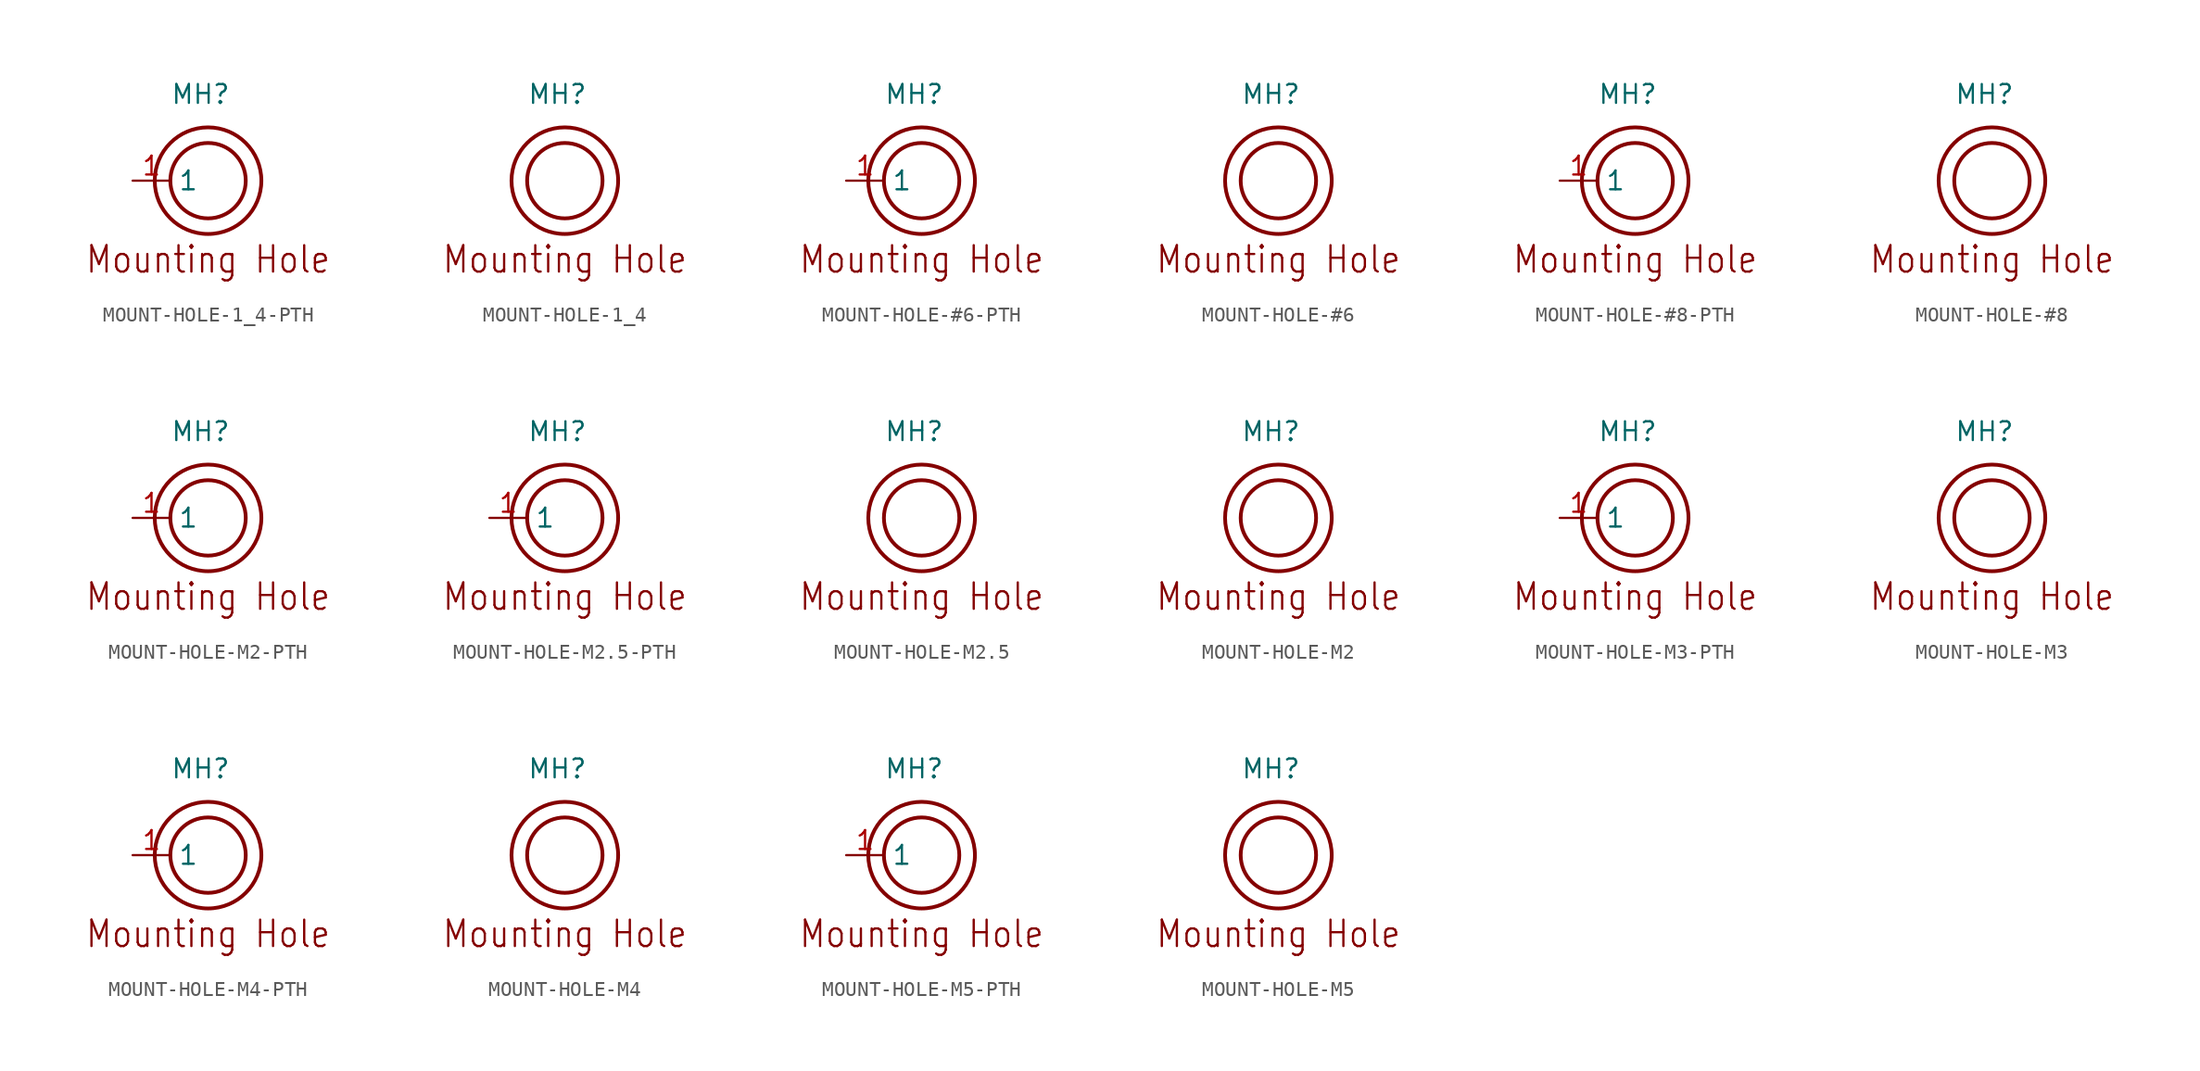
<source format=kicad_sym>
(kicad_symbol_lib
  (version 20211014)
  (generator kicad_symbol_editor)
  (symbol "MOUNT-HOLE-1_4-PTH"
    (pin_names)
    (property "Reference" "MH"
      (at -2.54 5.08 0)
      (effects (font (size 1.27 1.27)) (justify left bottom)))
    (property "Datasheet" ""
      (at 0 0 0))
    (property "ki_description" "Mount Hole  - 1/4 PTH   Technical Specifications:    Hole Diameter: 0.266\"   Screw Head Clearance: 0.375\"     "
      (at 0 0 0))
    (property "ki_fp_filters" "FlashPCB_Hardware:MOUNT-HOLE-1_4-PTH FlashPCB_Hardware:MOUNT-HOLE-1_4-PTH-NO-SILK"
      (at 0 0 0))
    (symbol "MOUNT-HOLE-1_4-PTH_1_1"
      (text "Mounting Hole" (at 0 -6.35 0) (effects (font (size 1.778 1.52)) (justify bottom)))
      (circle (center 0 0) (radius 2.54) (stroke (width 0.254) (type default) (color 0 0 0 0)) (fill (type none)))
      (circle (center 0 0) (radius 3.592) (stroke (width 0.254) (type default) (color 0 0 0 0)) (fill (type none)))
      (pin bidirectional line (at -5.08 0 0) (length 2.54) (name "1" (effects (font (size 1.27 1.27)))) (number "1" (effects (font (size 1.27 1.27)))))))
  (symbol "MOUNT-HOLE-1_4"
    (property "Reference" "MH"
      (at -2.54 5.08 0)
      (effects (font (size 1.27 1.27)) (justify left bottom)))
    (property "Datasheet" ""
      (at 0 0 0))
    (property "ki_description" "Mount Hole  - 1/4   Technical Specifications:    Hole Diameter: 0.266\"   Screw Head Clearance: 0.375\"     "
      (at 0 0 0))
    (property "ki_fp_filters" "FlashPCB_Hardware:MOUNT-HOLE-1_4 FlashPCB_Hardware:MOUNT-HOLE-1_4-NO-SILK"
      (at 0 0 0))
    (symbol "MOUNT-HOLE-1_4_1_1"
      (text "Mounting Hole" (at 0 -6.35 0) (effects (font (size 1.778 1.52)) (justify bottom)))
      (circle (center 0 0) (radius 2.54) (stroke (width 0.254) (type default) (color 0 0 0 0)) (fill (type none)))
      (circle (center 0 0) (radius 3.592) (stroke (width 0.254) (type default) (color 0 0 0 0)) (fill (type none)))))
  (symbol "MOUNT-HOLE-#6-PTH"
    (pin_names)
    (property "Reference" "MH"
      (at -2.54 5.08 0)
      (effects (font (size 1.27 1.27)) (justify left bottom)))
    (property "Datasheet" ""
      (at 0 0 0))
    (property "ki_description" "Mount Hole  - #6 PTH   Technical Specifications:    Hole Diameter: 0.1495\"   Screw Head Clearance: 0.226\"     "
      (at 0 0 0))
    (property "ki_fp_filters" "FlashPCB_Hardware:MOUNT-HOLE-#6-PTH FlashPCB_Hardware:MOUNT-HOLE-#6-PTH-NO-SILK"
      (at 0 0 0))
    (symbol "MOUNT-HOLE-#6-PTH_1_1"
      (text "Mounting Hole" (at 0 -6.35 0) (effects (font (size 1.778 1.52)) (justify bottom)))
      (circle (center 0 0) (radius 2.54) (stroke (width 0.254) (type default) (color 0 0 0 0)) (fill (type none)))
      (circle (center 0 0) (radius 3.592) (stroke (width 0.254) (type default) (color 0 0 0 0)) (fill (type none)))
      (pin bidirectional line (at -5.08 0 0) (length 2.54) (name "1" (effects (font (size 1.27 1.27)))) (number "1" (effects (font (size 1.27 1.27)))))))
  (symbol "MOUNT-HOLE-#6"
    (property "Reference" "MH"
      (at -2.54 5.08 0)
      (effects (font (size 1.27 1.27)) (justify left bottom)))
    (property "Datasheet" ""
      (at 0 0 0))
    (property "ki_description" "Mount Hole  - #6   Technical Specifications:    Hole Diameter: 0.1495\"   Screw Head Clearance: 0.226\"     "
      (at 0 0 0))
    (property "ki_fp_filters" "FlashPCB_Hardware:MOUNT-HOLE-#6 FlashPCB_Hardware:MOUNT-HOLE-#6-NO-SILK"
      (at 0 0 0))
    (symbol "MOUNT-HOLE-#6_1_1"
      (text "Mounting Hole" (at 0 -6.35 0) (effects (font (size 1.778 1.52)) (justify bottom)))
      (circle (center 0 0) (radius 2.54) (stroke (width 0.254) (type default) (color 0 0 0 0)) (fill (type none)))
      (circle (center 0 0) (radius 3.592) (stroke (width 0.254) (type default) (color 0 0 0 0)) (fill (type none)))))
  (symbol "MOUNT-HOLE-#8-PTH"
    (pin_names)
    (property "Reference" "MH"
      (at -2.54 5.08 0)
      (effects (font (size 1.27 1.27)) (justify left bottom)))
    (property "Datasheet" ""
      (at 0 0 0))
    (property "ki_description" "Mount Hole  - #8 PTH   Technical Specifications:    Hole Diameter: 0.177\"   Screw Head Clearance: 0.270\"     "
      (at 0 0 0))
    (property "ki_fp_filters" "FlashPCB_Hardware:MOUNT-HOLE-#8-PTH FlashPCB_Hardware:MOUNT-HOLE-#8-PTH-NO-SILK"
      (at 0 0 0))
    (symbol "MOUNT-HOLE-#8-PTH_1_1"
      (text "Mounting Hole" (at 0 -6.35 0) (effects (font (size 1.778 1.52)) (justify bottom)))
      (circle (center 0 0) (radius 2.54) (stroke (width 0.254) (type default) (color 0 0 0 0)) (fill (type none)))
      (circle (center 0 0) (radius 3.592) (stroke (width 0.254) (type default) (color 0 0 0 0)) (fill (type none)))
      (pin bidirectional line (at -5.08 0 0) (length 2.54) (name "1" (effects (font (size 1.27 1.27)))) (number "1" (effects (font (size 1.27 1.27)))))))
  (symbol "MOUNT-HOLE-#8"
    (property "Reference" "MH"
      (at -2.54 5.08 0)
      (effects (font (size 1.27 1.27)) (justify left bottom)))
    (property "Datasheet" ""
      (at 0 0 0))
    (property "ki_description" "Mount Hole  - #8   Technical Specifications:    Hole Diameter: 0.177\"   Screw Head Clearance: 0.270\"     "
      (at 0 0 0))
    (property "ki_fp_filters" "FlashPCB_Hardware:MOUNT-HOLE-#8 FlashPCB_Hardware:MOUNT-HOLE-#8-NO-SILK"
      (at 0 0 0))
    (symbol "MOUNT-HOLE-#8_1_1"
      (text "Mounting Hole" (at 0 -6.35 0) (effects (font (size 1.778 1.52)) (justify bottom)))
      (circle (center 0 0) (radius 2.54) (stroke (width 0.254) (type default) (color 0 0 0 0)) (fill (type none)))
      (circle (center 0 0) (radius 3.592) (stroke (width 0.254) (type default) (color 0 0 0 0)) (fill (type none)))))
  (symbol "MOUNT-HOLE-M2-PTH"
    (pin_names)
    (property "Reference" "MH"
      (at -2.54 5.08 0)
      (effects (font (size 1.27 1.27)) (justify left bottom)))
    (property "Datasheet" ""
      (at 0 0 0))
    (property "ki_description" "Mount Hole  - M2 PTH   Technical Specifications:    Hole Diameter: 2.4mm   Screw Head Clearance: 3.8mm     "
      (at 0 0 0))
    (property "ki_fp_filters" "FlashPCB_Hardware:MOUNT-HOLE-M2-PTH FlashPCB_Hardware:MOUNT-HOLE-M2-PTH-NO-SILK"
      (at 0 0 0))
    (symbol "MOUNT-HOLE-M2-PTH_1_1"
      (text "Mounting Hole" (at 0 -6.35 0) (effects (font (size 1.778 1.52)) (justify bottom)))
      (circle (center 0 0) (radius 2.54) (stroke (width 0.254) (type default) (color 0 0 0 0)) (fill (type none)))
      (circle (center 0 0) (radius 3.592) (stroke (width 0.254) (type default) (color 0 0 0 0)) (fill (type none)))
      (pin bidirectional line (at -5.08 0 0) (length 2.54) (name "1" (effects (font (size 1.27 1.27)))) (number "1" (effects (font (size 1.27 1.27)))))))
  (symbol "MOUNT-HOLE-M2.5-PTH"
    (pin_names)
    (property "Reference" "MH"
      (at -2.54 5.08 0)
      (effects (font (size 1.27 1.27)) (justify left bottom)))
    (property "Datasheet" ""
      (at 0 0 0))
    (property "ki_description" "Mount Hole  - M2.5 PTH   Technical Specifications:    Hole Diameter: 2.9mm   Screw Head Clearance: 4.5mm     "
      (at 0 0 0))
    (property "ki_fp_filters" "FlashPCB_Hardware:MOUNT-HOLE-M2.5-PTH FlashPCB_Hardware:MOUNT-HOLE-M2.5-PTH-NO-SILK"
      (at 0 0 0))
    (symbol "MOUNT-HOLE-M2.5-PTH_1_1"
      (text "Mounting Hole" (at 0 -6.35 0) (effects (font (size 1.778 1.52)) (justify bottom)))
      (circle (center 0 0) (radius 2.54) (stroke (width 0.254) (type default) (color 0 0 0 0)) (fill (type none)))
      (circle (center 0 0) (radius 3.592) (stroke (width 0.254) (type default) (color 0 0 0 0)) (fill (type none)))
      (pin bidirectional line (at -5.08 0 0) (length 2.54) (name "1" (effects (font (size 1.27 1.27)))) (number "1" (effects (font (size 1.27 1.27)))))))
  (symbol "MOUNT-HOLE-M2.5"
    (property "Reference" "MH"
      (at -2.54 5.08 0)
      (effects (font (size 1.27 1.27)) (justify left bottom)))
    (property "Datasheet" ""
      (at 0 0 0))
    (property "ki_description" "Mount Hole  - M2.5   Technical Specifications:    Hole Diameter: 2.9mm   Screw Head Clearance: 4.5mm     "
      (at 0 0 0))
    (property "ki_fp_filters" "FlashPCB_Hardware:MOUNT-HOLE-M2.5 FlashPCB_Hardware:MOUNT-HOLE-M2.5-NO-SILK"
      (at 0 0 0))
    (symbol "MOUNT-HOLE-M2.5_1_1"
      (text "Mounting Hole" (at 0 -6.35 0) (effects (font (size 1.778 1.52)) (justify bottom)))
      (circle (center 0 0) (radius 2.54) (stroke (width 0.254) (type default) (color 0 0 0 0)) (fill (type none)))
      (circle (center 0 0) (radius 3.592) (stroke (width 0.254) (type default) (color 0 0 0 0)) (fill (type none)))))
  (symbol "MOUNT-HOLE-M2"
    (property "Reference" "MH"
      (at -2.54 5.08 0)
      (effects (font (size 1.27 1.27)) (justify left bottom)))
    (property "Datasheet" ""
      (at 0 0 0))
    (property "ki_description" "Mount Hole  - M2   Technical Specifications:    Hole Diameter: 2.4mm   Screw Head Clearance: 3.8mm     "
      (at 0 0 0))
    (property "ki_fp_filters" "FlashPCB_Hardware:MOUNT-HOLE-M2 FlashPCB_Hardware:MOUNT-HOLE-M2-NO-SILK"
      (at 0 0 0))
    (symbol "MOUNT-HOLE-M2_1_1"
      (text "Mounting Hole" (at 0 -6.35 0) (effects (font (size 1.778 1.52)) (justify bottom)))
      (circle (center 0 0) (radius 2.54) (stroke (width 0.254) (type default) (color 0 0 0 0)) (fill (type none)))
      (circle (center 0 0) (radius 3.592) (stroke (width 0.254) (type default) (color 0 0 0 0)) (fill (type none)))))
  (symbol "MOUNT-HOLE-M3-PTH"
    (pin_names)
    (property "Reference" "MH"
      (at -2.54 5.08 0)
      (effects (font (size 1.27 1.27)) (justify left bottom)))
    (property "Datasheet" ""
      (at 0 0 0))
    (property "ki_description" "Mount Hole  - M3 PTH   Technical Specifications:    Hole Diameter: 3.4mm   Screw Head Clearance: 5.5mm     "
      (at 0 0 0))
    (property "ki_fp_filters" "FlashPCB_Hardware:MOUNT-HOLE-M3-PTH FlashPCB_Hardware:MOUNT-HOLE-M3-PTH-NO-SILK"
      (at 0 0 0))
    (symbol "MOUNT-HOLE-M3-PTH_1_1"
      (text "Mounting Hole" (at 0 -6.35 0) (effects (font (size 1.778 1.52)) (justify bottom)))
      (circle (center 0 0) (radius 2.54) (stroke (width 0.254) (type default) (color 0 0 0 0)) (fill (type none)))
      (circle (center 0 0) (radius 3.592) (stroke (width 0.254) (type default) (color 0 0 0 0)) (fill (type none)))
      (pin bidirectional line (at -5.08 0 0) (length 2.54) (name "1" (effects (font (size 1.27 1.27)))) (number "1" (effects (font (size 1.27 1.27)))))))
  (symbol "MOUNT-HOLE-M3"
    (property "Reference" "MH"
      (at -2.54 5.08 0)
      (effects (font (size 1.27 1.27)) (justify left bottom)))
    (property "Datasheet" ""
      (at 0 0 0))
    (property "ki_description" "Mount Hole  - M3   Technical Specifications:    Hole Diameter: 3.4mm   Screw Head Clearance: 5.5mm     "
      (at 0 0 0))
    (property "ki_fp_filters" "FlashPCB_Hardware:MOUNT-HOLE-M3 FlashPCB_Hardware:MOUNT-HOLE-M3-NO-SILK"
      (at 0 0 0))
    (symbol "MOUNT-HOLE-M3_1_1"
      (text "Mounting Hole" (at 0 -6.35 0) (effects (font (size 1.778 1.52)) (justify bottom)))
      (circle (center 0 0) (radius 2.54) (stroke (width 0.254) (type default) (color 0 0 0 0)) (fill (type none)))
      (circle (center 0 0) (radius 3.592) (stroke (width 0.254) (type default) (color 0 0 0 0)) (fill (type none)))))
  (symbol "MOUNT-HOLE-M4-PTH"
    (pin_names)
    (property "Reference" "MH"
      (at -2.54 5.08 0)
      (effects (font (size 1.27 1.27)) (justify left bottom)))
    (property "Datasheet" ""
      (at 0 0 0))
    (property "ki_description" "Mount Hole  - M4 PTH   Technical Specifications:    Hole Diameter: 4.5mm   Screw Head Clearance: 7mm     "
      (at 0 0 0))
    (property "ki_fp_filters" "FlashPCB_Hardware:MOUNT-HOLE-M4-PTH FlashPCB_Hardware:MOUNT-HOLE-M4-PTH-NO-SILK"
      (at 0 0 0))
    (symbol "MOUNT-HOLE-M4-PTH_1_1"
      (text "Mounting Hole" (at 0 -6.35 0) (effects (font (size 1.778 1.52)) (justify bottom)))
      (circle (center 0 0) (radius 2.54) (stroke (width 0.254) (type default) (color 0 0 0 0)) (fill (type none)))
      (circle (center 0 0) (radius 3.592) (stroke (width 0.254) (type default) (color 0 0 0 0)) (fill (type none)))
      (pin bidirectional line (at -5.08 0 0) (length 2.54) (name "1" (effects (font (size 1.27 1.27)))) (number "1" (effects (font (size 1.27 1.27)))))))
  (symbol "MOUNT-HOLE-M4"
    (property "Reference" "MH"
      (at -2.54 5.08 0)
      (effects (font (size 1.27 1.27)) (justify left bottom)))
    (property "Datasheet" ""
      (at 0 0 0))
    (property "ki_description" "Mount Hole  - M4   Technical Specifications:    Hole Diameter: 4.5mm   Screw Head Clearance: 7mm     "
      (at 0 0 0))
    (property "ki_fp_filters" "FlashPCB_Hardware:MOUNT-HOLE-M4 FlashPCB_Hardware:MOUNT-HOLE-M4-NO-SILK"
      (at 0 0 0))
    (symbol "MOUNT-HOLE-M4_1_1"
      (text "Mounting Hole" (at 0 -6.35 0) (effects (font (size 1.778 1.52)) (justify bottom)))
      (circle (center 0 0) (radius 2.54) (stroke (width 0.254) (type default) (color 0 0 0 0)) (fill (type none)))
      (circle (center 0 0) (radius 3.592) (stroke (width 0.254) (type default) (color 0 0 0 0)) (fill (type none)))))
  (symbol "MOUNT-HOLE-M5-PTH"
    (pin_names)
    (property "Reference" "MH"
      (at -2.54 5.08 0)
      (effects (font (size 1.27 1.27)) (justify left bottom)))
    (property "Datasheet" ""
      (at 0 0 0))
    (property "ki_description" "Mount Hole  - M5 PTH   Technical Specifications:    Hole Diameter: 5.5mm   Screw Head Clearance: 8.5mm     "
      (at 0 0 0))
    (property "ki_fp_filters" "FlashPCB_Hardware:MOUNT-HOLE-M5-PTH FlashPCB_Hardware:MOUNT-HOLE-M5-PTH-NO-SILK"
      (at 0 0 0))
    (symbol "MOUNT-HOLE-M5-PTH_1_1"
      (text "Mounting Hole" (at 0 -6.35 0) (effects (font (size 1.778 1.52)) (justify bottom)))
      (circle (center 0 0) (radius 2.54) (stroke (width 0.254) (type default) (color 0 0 0 0)) (fill (type none)))
      (circle (center 0 0) (radius 3.592) (stroke (width 0.254) (type default) (color 0 0 0 0)) (fill (type none)))
      (pin bidirectional line (at -5.08 0 0) (length 2.54) (name "1" (effects (font (size 1.27 1.27)))) (number "1" (effects (font (size 1.27 1.27)))))))
  (symbol "MOUNT-HOLE-M5"
    (property "Reference" "MH"
      (at -2.54 5.08 0)
      (effects (font (size 1.27 1.27)) (justify left bottom)))
    (property "Datasheet" ""
      (at 0 0 0))
    (property "ki_description" "Mount Hole  - M5   Technical Specifications:    Hole Diameter: 5.5mm   Screw Head Clearance: 8.5mm     "
      (at 0 0 0))
    (property "ki_fp_filters" "FlashPCB_Hardware:MOUNT-HOLE-M5 FlashPCB_Hardware:MOUNT-HOLE-M5-NO-SILK"
      (at 0 0 0))
    (symbol "MOUNT-HOLE-M5_1_1"
      (text "Mounting Hole" (at 0 -6.35 0) (effects (font (size 1.778 1.52)) (justify bottom)))
      (circle (center 0 0) (radius 2.54) (stroke (width 0.254) (type default) (color 0 0 0 0)) (fill (type none)))
      (circle (center 0 0) (radius 3.592) (stroke (width 0.254) (type default) (color 0 0 0 0)) (fill (type none))))))
</source>
